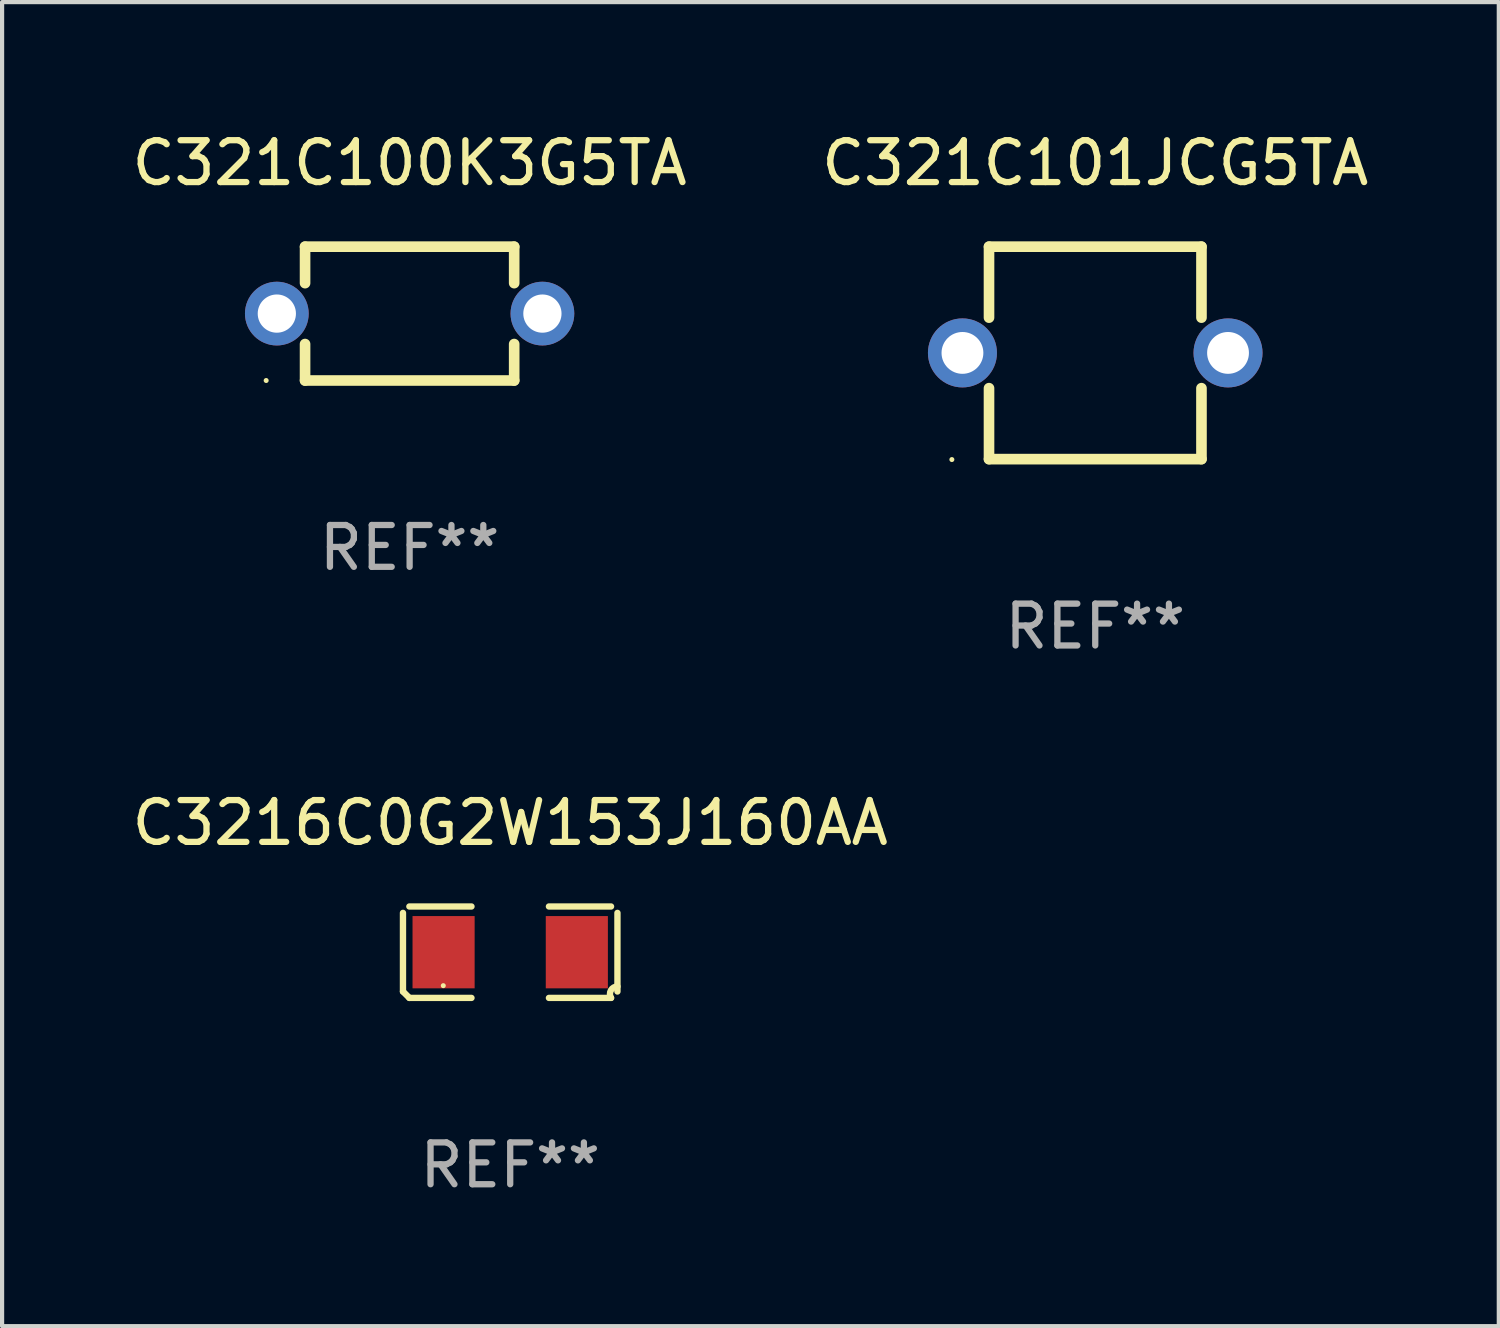
<source format=kicad_pcb>
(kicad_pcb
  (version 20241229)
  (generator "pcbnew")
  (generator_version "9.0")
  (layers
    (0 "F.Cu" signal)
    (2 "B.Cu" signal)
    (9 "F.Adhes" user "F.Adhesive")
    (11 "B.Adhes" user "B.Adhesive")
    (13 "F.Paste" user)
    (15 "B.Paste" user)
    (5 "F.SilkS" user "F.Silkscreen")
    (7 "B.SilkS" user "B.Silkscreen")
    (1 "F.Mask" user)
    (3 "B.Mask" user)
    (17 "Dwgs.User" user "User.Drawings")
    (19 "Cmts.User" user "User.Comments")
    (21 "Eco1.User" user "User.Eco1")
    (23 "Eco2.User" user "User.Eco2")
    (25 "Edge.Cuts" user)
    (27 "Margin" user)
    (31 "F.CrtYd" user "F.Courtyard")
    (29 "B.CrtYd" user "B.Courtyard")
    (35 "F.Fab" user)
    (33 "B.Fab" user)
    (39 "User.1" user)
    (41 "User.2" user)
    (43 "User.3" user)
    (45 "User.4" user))
  (footprint "C3216C0G2W153J160AA"
    (layer "F.Cu")
    (at 9.149 19.717)
    (property "Reference" "C3216C0G2W153J160AA" (at 0 -3.093 0) (layer "F.SilkS") (effects (font (size 1 1) (thickness 0.15))))
    (attr through_hole)
    (fp_line (start -2.564 0.94) (end -2.564 -0.94) (stroke (width 0.152) (type solid)) (layer "F.SilkS"))
    (fp_line (start -2.411 -1.093) (end -0.926 -1.093) (stroke (width 0.152) (type solid)) (layer "F.SilkS"))
    (fp_line (start -0.926 1.093) (end -2.411 1.093) (stroke (width 0.152) (type solid)) (layer "F.SilkS"))
    (fp_line (start 0.926 1.093) (end 2.411 1.093) (stroke (width 0.152) (type solid)) (layer "F.SilkS"))
    (fp_line (start 2.411 -1.093) (end 0.926 -1.093) (stroke (width 0.152) (type solid)) (layer "F.SilkS"))
    (fp_line (start 2.564 0.94) (end 2.564 -0.94) (stroke (width 0.152) (type solid)) (layer "F.SilkS"))
    (fp_arc (start -2.411201 1.092609) (mid -2.487413 1.01642) (end -2.563602 0.940208) (stroke (width 0.1524) (type solid)) (layer "F.SilkS"))
    (fp_arc (start 2.411201 1.092609) (mid 2.407159 0.911226) (end 2.563602 0.819347) (stroke (width 0.1524) (type solid)) (layer "F.SilkS"))
    (fp_circle (center -1.6 0.8) (end -1.57 0.8) (stroke (width 0.06) (type solid)) (fill no) (layer "F.SilkS"))
    (fp_text user "REF**" (at 0 5.093 0) (layer "F.Fab") (effects (font (size 1 1) (thickness 0.15))))
    (pad "1" smd rect (at -1.593 0) (size 1.485 1.728) (layers "F.Cu" "F.Mask" "F.Paste"))
    (pad "2" smd rect (at 1.593 0) (size 1.485 1.728) (layers "F.Cu" "F.Mask" "F.Paste")))
  (footprint "C321C100K3G5TA"
    (layer "F.Cu")
    (at 6.744 4.448)
    (property "Reference" "C321C100K3G5TA" (at 0 -3.6 0) (layer "F.SilkS") (effects (font (size 1 1) (thickness 0.15))))
    (attr through_hole)
    (fp_line (start -2.5 -1.6) (end 2.5 -1.6) (stroke (width 0.254) (type solid)) (layer "F.SilkS"))
    (fp_line (start -2.5 -0.728) (end -2.5 -1.6) (stroke (width 0.254) (type solid)) (layer "F.SilkS"))
    (fp_line (start -2.5 1.6) (end -2.5 0.728) (stroke (width 0.254) (type solid)) (layer "F.SilkS"))
    (fp_line (start 2.5 -1.6) (end 2.5 -0.728) (stroke (width 0.254) (type solid)) (layer "F.SilkS"))
    (fp_line (start 2.5 0.728) (end 2.5 1.6) (stroke (width 0.254) (type solid)) (layer "F.SilkS"))
    (fp_line (start 2.5 1.6) (end -2.5 1.6) (stroke (width 0.254) (type solid)) (layer "F.SilkS"))
    (fp_circle (center -3.43 1.6) (end -3.4 1.6) (stroke (width 0.06) (type solid)) (fill no) (layer "F.SilkS"))
    (fp_text user "REF**" (at 0 5.6 0) (layer "F.Fab") (effects (font (size 1 1) (thickness 0.15))))
    (pad "1" thru_hole circle (at -3.175 0) (size 1.524 1.524) (drill 0.914) (layers "*.Cu" "*.Mask"))
    (pad "2" thru_hole circle (at 3.175 0) (size 1.524 1.524) (drill 0.914) (layers "*.Cu" "*.Mask")))
  (footprint "C321C101JCG5TA"
    (layer "F.Cu")
    (at 23.137 5.388)
    (property "Reference" "C321C101JCG5TA" (at 0 -4.54 0) (layer "F.SilkS") (effects (font (size 1 1) (thickness 0.15))))
    (attr through_hole)
    (fp_line (start -2.54 -2.54) (end -2.54 -0.843) (stroke (width 0.254) (type solid)) (layer "F.SilkS"))
    (fp_line (start -2.54 0.843) (end -2.54 2.54) (stroke (width 0.254) (type solid)) (layer "F.SilkS"))
    (fp_line (start -2.54 2.54) (end 2.54 2.54) (stroke (width 0.254) (type solid)) (layer "F.SilkS"))
    (fp_line (start 2.54 -2.54) (end -2.54 -2.54) (stroke (width 0.254) (type solid)) (layer "F.SilkS"))
    (fp_line (start 2.54 -0.843) (end 2.54 -2.54) (stroke (width 0.254) (type solid)) (layer "F.SilkS"))
    (fp_line (start 2.54 2.54) (end 2.54 0.843) (stroke (width 0.254) (type solid)) (layer "F.SilkS"))
    (fp_circle (center -3.428 2.55) (end -3.398 2.55) (stroke (width 0.06) (type solid)) (fill no) (layer "F.SilkS"))
    (fp_text user "REF**" (at 0 6.54 0) (layer "F.Fab") (effects (font (size 1 1) (thickness 0.15))))
    (pad "1" thru_hole circle (at -3.175 0) (size 1.65 1.65) (drill 1) (layers "*.Cu" "*.Mask"))
    (pad "2" thru_hole circle (at 3.175 0) (size 1.65 1.65) (drill 1) (layers "*.Cu" "*.Mask")))
  (gr_rect
    (start -3 -3)
    (end 32.786 28.658)
    (stroke (width 0.1) (type default))
    (fill no)
    (layer "Edge.Cuts")))
</source>
